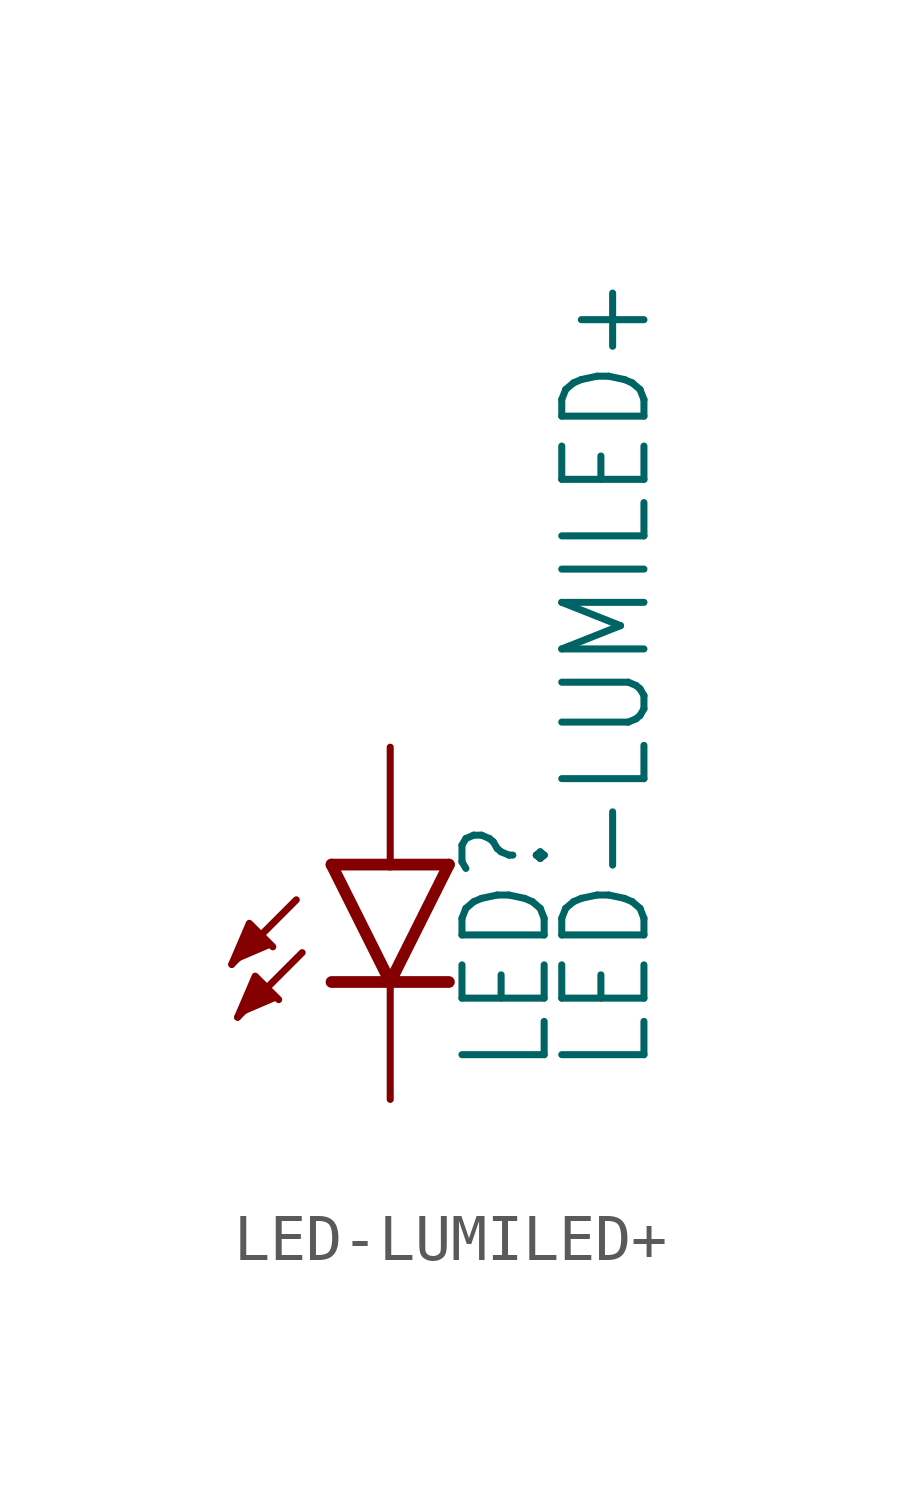
<source format=kicad_sym>
(kicad_symbol_lib
  (version 20211014)
  (generator kicad_symbol_editor)
  (symbol "LED-LUMILED+"
    (property "Reference" "LED"
      (at 3.556 -4.572 90)
      (effects (font (size 1.778 1.511)) (justify left bottom)))
    (property "Value" "LED-LUMILED+"
      (at 5.715 -4.572 90)
      (effects (font (size 1.778 1.511)) (justify left bottom)))
    (property "ki_locked" ""
      (at 0 0 0)
      (effects (font (size 1.27 1.27))))
    (symbol "LED-LUMILED+_1_0"
      (polyline (pts (xy -2.032 -0.762) (xy -3.429 -2.159)) (stroke (width 0.152) (type default) (color 0 0 0 0)) (fill (type none)))
      (polyline (pts (xy -1.905 -1.905) (xy -3.302 -3.302)) (stroke (width 0.152) (type default) (color 0 0 0 0)) (fill (type none)))
      (polyline (pts (xy 0 -2.54) (xy -1.27 -2.54)) (stroke (width 0.254) (type default) (color 0 0 0 0)) (fill (type none)))
      (polyline (pts (xy 0 -2.54) (xy -1.27 0)) (stroke (width 0.254) (type default) (color 0 0 0 0)) (fill (type none)))
      (polyline (pts (xy 0 0) (xy -1.27 0)) (stroke (width 0.254) (type default) (color 0 0 0 0)) (fill (type none)))
      (polyline (pts (xy 1.27 -2.54) (xy 0 -2.54)) (stroke (width 0.254) (type default) (color 0 0 0 0)) (fill (type none)))
      (polyline (pts (xy 1.27 0) (xy 0 -2.54)) (stroke (width 0.254) (type default) (color 0 0 0 0)) (fill (type none)))
      (polyline (pts (xy 1.27 0) (xy 0 0)) (stroke (width 0.254) (type default) (color 0 0 0 0)) (fill (type none)))
      (polyline (pts (xy -3.429 -2.159) (xy -3.048 -1.27) (xy -2.54 -1.778)) (stroke (width 0) (type default) (color 0 0 0 0)) (fill (type outline)))
      (polyline (pts (xy -3.302 -3.302) (xy -2.921 -2.413) (xy -2.413 -2.921)) (stroke (width 0) (type default) (color 0 0 0 0)) (fill (type outline)))
      (pin passive line (at 0 2.54 270) (length 2.54) (name "A" (effects (font (size 0 0)))) (number "2+" (effects (font (size 0 0)))))
      (pin passive line (at 0 -5.08 90) (length 2.54) (name "C" (effects (font (size 0 0)))) (number "4-" (effects (font (size 0 0))))))))
</source>
